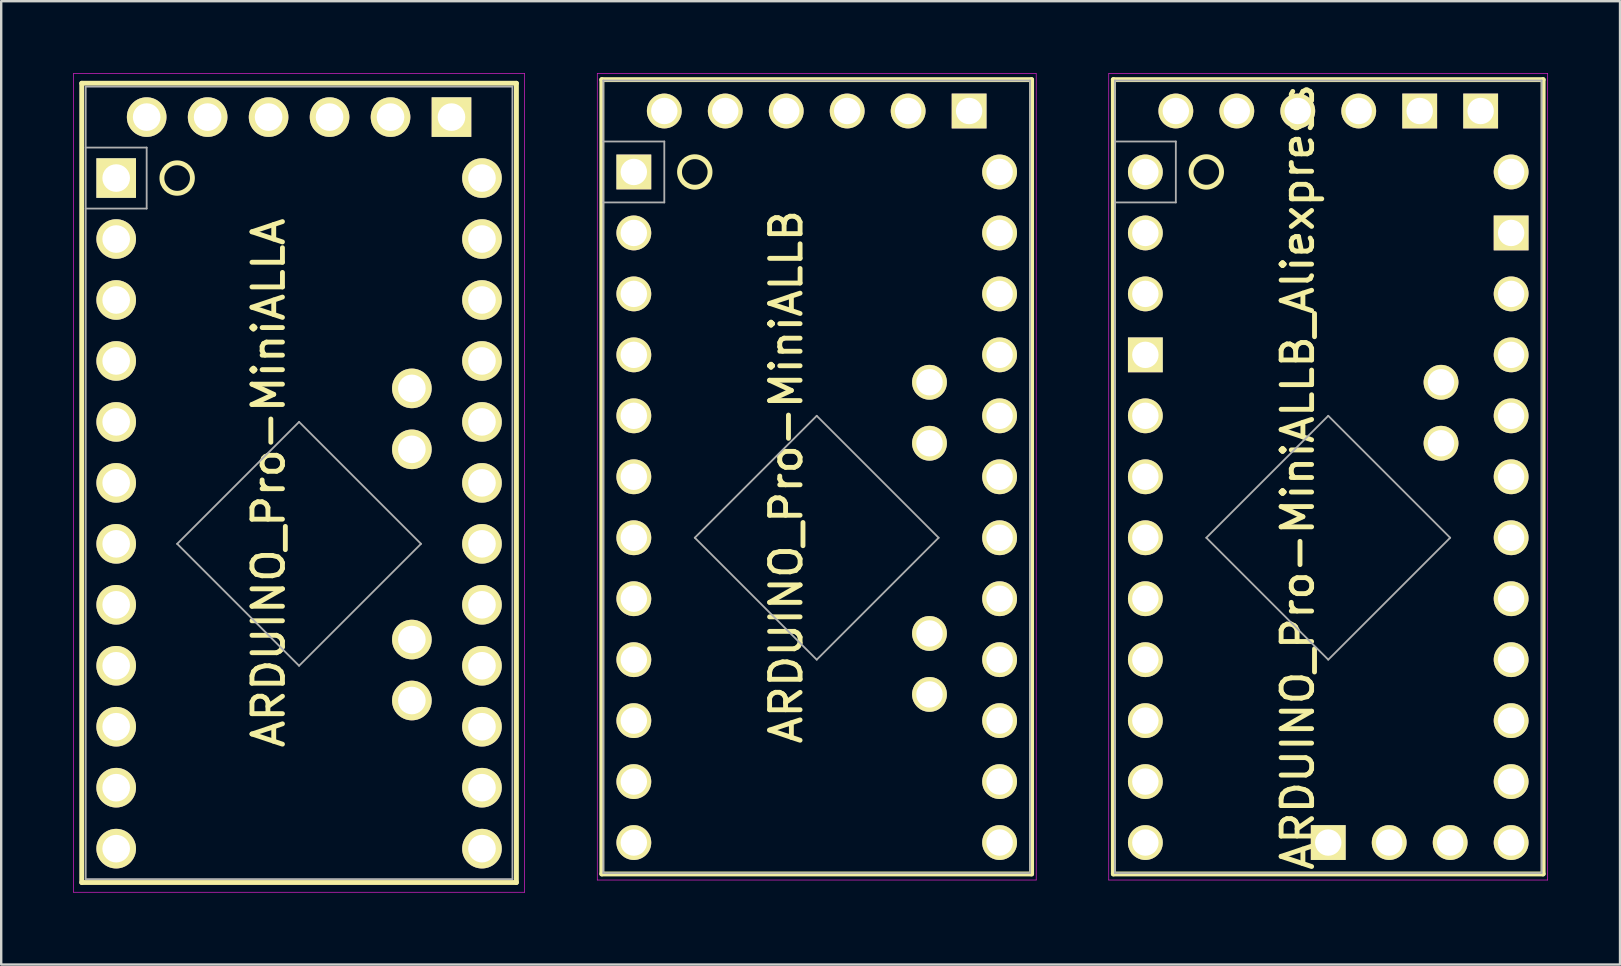
<source format=kicad_pcb>
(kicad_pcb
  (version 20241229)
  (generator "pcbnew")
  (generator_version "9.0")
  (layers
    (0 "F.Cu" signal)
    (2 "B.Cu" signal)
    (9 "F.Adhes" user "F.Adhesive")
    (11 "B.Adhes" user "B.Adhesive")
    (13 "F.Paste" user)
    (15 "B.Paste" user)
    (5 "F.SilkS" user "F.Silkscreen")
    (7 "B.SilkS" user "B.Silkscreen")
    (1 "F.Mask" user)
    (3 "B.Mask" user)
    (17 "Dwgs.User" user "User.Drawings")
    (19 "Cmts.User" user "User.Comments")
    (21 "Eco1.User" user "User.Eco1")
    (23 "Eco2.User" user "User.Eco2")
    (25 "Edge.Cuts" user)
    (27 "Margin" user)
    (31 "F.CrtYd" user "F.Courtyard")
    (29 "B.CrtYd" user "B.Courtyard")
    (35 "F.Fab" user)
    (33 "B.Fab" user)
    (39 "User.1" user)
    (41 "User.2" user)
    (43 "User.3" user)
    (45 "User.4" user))
  (footprint "ARDUINO_Pro-MiniALLB_Aliexpress"
    (layer "F.Cu")
    (at 52.291 16.815)
    (property "Reference" "ARDUINO_Pro-MiniALLB_Aliexpress" (at -1.27 0 90) (layer "F.SilkS") (effects (font (size 1.27 1.27) (thickness 0.203))))
    (attr through_hole)
    (fp_line (start -8.954 -16.548) (end 8.954 -16.548) (stroke (width 0.203) (type solid)) (layer "F.SilkS"))
    (fp_line (start -8.954 16.548) (end -8.954 -16.548) (stroke (width 0.203) (type solid)) (layer "F.SilkS"))
    (fp_line (start 8.954 -16.548) (end 8.954 16.548) (stroke (width 0.203) (type solid)) (layer "F.SilkS"))
    (fp_line (start 8.954 16.548) (end -8.954 16.548) (stroke (width 0.203) (type solid)) (layer "F.SilkS"))
    (fp_circle (center -5.08 -12.7) (end -4.445 -12.7) (stroke (width 0.203) (type solid)) (fill no) (layer "F.SilkS"))
    (fp_line (start -9.144 -16.802) (end 9.144 -16.802) (stroke (width 0.025) (type solid)) (layer "F.CrtYd"))
    (fp_line (start -9.144 16.802) (end -9.144 -16.802) (stroke (width 0.025) (type solid)) (layer "F.CrtYd"))
    (fp_line (start 9.144 -16.802) (end 9.144 16.802) (stroke (width 0.025) (type solid)) (layer "F.CrtYd"))
    (fp_line (start 9.144 16.802) (end -9.144 16.802) (stroke (width 0.025) (type solid)) (layer "F.CrtYd"))
    (fp_line (start -8.89 -16.51) (end 8.89 -16.51) (stroke (width 0.076) (type solid)) (layer "F.Fab"))
    (fp_line (start -8.89 -13.97) (end -6.35 -13.97) (stroke (width 0.076) (type solid)) (layer "F.Fab"))
    (fp_line (start -8.89 16.51) (end -8.89 -16.51) (stroke (width 0.076) (type solid)) (layer "F.Fab"))
    (fp_line (start -6.35 -13.97) (end -6.35 -11.43) (stroke (width 0.076) (type solid)) (layer "F.Fab"))
    (fp_line (start -6.35 -11.43) (end -8.89 -11.43) (stroke (width 0.076) (type solid)) (layer "F.Fab"))
    (fp_line (start -5.08 2.54) (end 0 7.62) (stroke (width 0.076) (type solid)) (layer "F.Fab"))
    (fp_line (start 0 -2.54) (end -5.08 2.54) (stroke (width 0.076) (type solid)) (layer "F.Fab"))
    (fp_line (start 0 7.62) (end 5.08 2.54) (stroke (width 0.076) (type solid)) (layer "F.Fab"))
    (fp_line (start 5.08 2.54) (end 0 -2.54) (stroke (width 0.076) (type solid)) (layer "F.Fab"))
    (fp_line (start 8.89 -16.51) (end 8.89 16.51) (stroke (width 0.076) (type solid)) (layer "F.Fab"))
    (fp_line (start 8.89 16.51) (end -8.89 16.51) (stroke (width 0.076) (type solid)) (layer "F.Fab"))
    (pad "1" thru_hole circle (at -7.62 -12.7) (size 1.45 1.45) (drill 1.1) (layers "*.Cu" "*.Mask" "F.SilkS"))
    (pad "2" thru_hole circle (at -7.62 -10.16) (size 1.45 1.45) (drill 1.1) (layers "*.Cu" "*.Mask" "F.SilkS"))
    (pad "3" thru_hole circle (at -7.62 -7.62) (size 1.45 1.45) (drill 1.1) (layers "*.Cu" "*.Mask" "F.SilkS"))
    (pad "4" thru_hole rect (at -7.62 -5.08) (size 1.45 1.45) (drill 1.1) (layers "*.Cu" "*.Mask" "F.SilkS"))
    (pad "5" thru_hole circle (at -7.62 -2.54) (size 1.45 1.45) (drill 1.1) (layers "*.Cu" "*.Mask" "F.SilkS"))
    (pad "6" thru_hole circle (at -7.62 0) (size 1.45 1.45) (drill 1.1) (layers "*.Cu" "*.Mask" "F.SilkS"))
    (pad "7" thru_hole circle (at -7.62 2.54) (size 1.45 1.45) (drill 1.1) (layers "*.Cu" "*.Mask" "F.SilkS"))
    (pad "8" thru_hole circle (at -7.62 5.08) (size 1.45 1.45) (drill 1.1) (layers "*.Cu" "*.Mask" "F.SilkS"))
    (pad "9" thru_hole circle (at -7.62 7.62) (size 1.45 1.45) (drill 1.1) (layers "*.Cu" "*.Mask" "F.SilkS"))
    (pad "10" thru_hole circle (at -7.62 10.16) (size 1.45 1.45) (drill 1.1) (layers "*.Cu" "*.Mask" "F.SilkS"))
    (pad "11" thru_hole circle (at -7.62 12.7) (size 1.45 1.45) (drill 1.1) (layers "*.Cu" "*.Mask" "F.SilkS"))
    (pad "12" thru_hole circle (at -7.62 15.24) (size 1.45 1.45) (drill 1.1) (layers "*.Cu" "*.Mask" "F.SilkS"))
    (pad "13" thru_hole circle (at 7.62 15.24) (size 1.45 1.45) (drill 1.1) (layers "*.Cu" "*.Mask" "F.SilkS"))
    (pad "14" thru_hole circle (at 7.62 12.7) (size 1.45 1.45) (drill 1.1) (layers "*.Cu" "*.Mask" "F.SilkS"))
    (pad "15" thru_hole circle (at 7.62 10.16) (size 1.45 1.45) (drill 1.1) (layers "*.Cu" "*.Mask" "F.SilkS"))
    (pad "16" thru_hole circle (at 7.62 7.62) (size 1.45 1.45) (drill 1.1) (layers "*.Cu" "*.Mask" "F.SilkS"))
    (pad "17" thru_hole circle (at 7.62 5.08) (size 1.45 1.45) (drill 1.1) (layers "*.Cu" "*.Mask" "F.SilkS"))
    (pad "18" thru_hole circle (at 7.62 2.54) (size 1.45 1.45) (drill 1.1) (layers "*.Cu" "*.Mask" "F.SilkS"))
    (pad "19" thru_hole circle (at 7.62 0) (size 1.45 1.45) (drill 1.1) (layers "*.Cu" "*.Mask" "F.SilkS"))
    (pad "20" thru_hole circle (at 7.62 -2.54) (size 1.45 1.45) (drill 1.1) (layers "*.Cu" "*.Mask" "F.SilkS"))
    (pad "21" thru_hole circle (at 7.62 -5.08) (size 1.45 1.45) (drill 1.1) (layers "*.Cu" "*.Mask" "F.SilkS"))
    (pad "22" thru_hole circle (at 7.62 -7.62) (size 1.45 1.45) (drill 1.1) (layers "*.Cu" "*.Mask" "F.SilkS"))
    (pad "23" thru_hole rect (at 7.62 -10.16) (size 1.45 1.45) (drill 1.1) (layers "*.Cu" "*.Mask" "F.SilkS"))
    (pad "24" thru_hole circle (at 7.62 -12.7) (size 1.45 1.45) (drill 1.1) (layers "*.Cu" "*.Mask" "F.SilkS"))
    (pad "25" thru_hole rect (at 0 15.24) (size 1.45 1.45) (drill 1.1) (layers "*.Cu" "*.Mask" "F.SilkS"))
    (pad "A4" thru_hole circle (at 4.699 -1.397) (size 1.45 1.45) (drill 1.1) (layers "*.Cu" "*.Mask" "F.SilkS"))
    (pad "A5" thru_hole circle (at 4.699 -3.937) (size 1.45 1.45) (drill 1.1) (layers "*.Cu" "*.Mask" "F.SilkS"))
    (pad "A6" thru_hole circle (at 2.54 15.24) (size 1.45 1.45) (drill 1.1) (layers "*.Cu" "*.Mask" "F.SilkS"))
    (pad "A7" thru_hole circle (at 5.08 15.24) (size 1.45 1.45) (drill 1.1) (layers "*.Cu" "*.Mask" "F.SilkS"))
    (pad "PRG1" thru_hole circle (at -6.35 -15.24) (size 1.45 1.45) (drill 1.1) (layers "*.Cu" "*.Mask" "F.SilkS"))
    (pad "PRG2" thru_hole circle (at -3.81 -15.24) (size 1.45 1.45) (drill 1.1) (layers "*.Cu" "*.Mask" "F.SilkS"))
    (pad "PRG3" thru_hole circle (at -1.27 -15.24) (size 1.45 1.45) (drill 1.1) (layers "*.Cu" "*.Mask" "F.SilkS"))
    (pad "PRG4" thru_hole circle (at 1.27 -15.24) (size 1.45 1.45) (drill 1.1) (layers "*.Cu" "*.Mask" "F.SilkS"))
    (pad "PRG5" thru_hole rect (at 3.81 -15.24) (size 1.45 1.45) (drill 1.1) (layers "*.Cu" "*.Mask" "F.SilkS"))
    (pad "PRG6" thru_hole rect (at 6.35 -15.24) (size 1.45 1.45) (drill 1.1) (layers "*.Cu" "*.Mask" "F.SilkS")))
  (footprint "ARDUINO_Pro-MiniALLA"
    (layer "F.Cu")
    (at 9.411 17.069)
    (property "Reference" "ARDUINO_Pro-MiniALLA" (at -1.27 0 90) (layer "F.SilkS") (effects (font (size 1.27 1.27) (thickness 0.203))))
    (attr through_hole)
    (fp_line (start -9.055 -16.65) (end 9.055 -16.65) (stroke (width 0.203) (type solid)) (layer "F.SilkS"))
    (fp_line (start -9.055 16.65) (end -9.055 -16.65) (stroke (width 0.203) (type solid)) (layer "F.SilkS"))
    (fp_line (start 9.055 -16.65) (end 9.055 16.65) (stroke (width 0.203) (type solid)) (layer "F.SilkS"))
    (fp_line (start 9.055 16.65) (end -9.055 16.65) (stroke (width 0.203) (type solid)) (layer "F.SilkS"))
    (fp_circle (center -5.08 -12.7) (end -4.445 -12.7) (stroke (width 0.203) (type solid)) (fill no) (layer "F.SilkS"))
    (fp_line (start -9.398 -17.056) (end 9.398 -17.056) (stroke (width 0.025) (type solid)) (layer "F.CrtYd"))
    (fp_line (start -9.398 17.056) (end -9.398 -17.056) (stroke (width 0.025) (type solid)) (layer "F.CrtYd"))
    (fp_line (start 9.398 -17.056) (end 9.398 17.056) (stroke (width 0.025) (type solid)) (layer "F.CrtYd"))
    (fp_line (start 9.398 17.056) (end -9.398 17.056) (stroke (width 0.025) (type solid)) (layer "F.CrtYd"))
    (fp_line (start -8.89 -16.51) (end 8.89 -16.51) (stroke (width 0.076) (type solid)) (layer "F.Fab"))
    (fp_line (start -8.89 -13.97) (end -6.35 -13.97) (stroke (width 0.076) (type solid)) (layer "F.Fab"))
    (fp_line (start -8.89 16.51) (end -8.89 -16.51) (stroke (width 0.076) (type solid)) (layer "F.Fab"))
    (fp_line (start -6.35 -13.97) (end -6.35 -11.43) (stroke (width 0.076) (type solid)) (layer "F.Fab"))
    (fp_line (start -6.35 -11.43) (end -8.89 -11.43) (stroke (width 0.076) (type solid)) (layer "F.Fab"))
    (fp_line (start -5.08 2.54) (end 0 7.62) (stroke (width 0.076) (type solid)) (layer "F.Fab"))
    (fp_line (start 0 -2.54) (end -5.08 2.54) (stroke (width 0.076) (type solid)) (layer "F.Fab"))
    (fp_line (start 0 7.62) (end 5.08 2.54) (stroke (width 0.076) (type solid)) (layer "F.Fab"))
    (fp_line (start 5.08 2.54) (end 0 -2.54) (stroke (width 0.076) (type solid)) (layer "F.Fab"))
    (fp_line (start 8.89 -16.51) (end 8.89 16.51) (stroke (width 0.076) (type solid)) (layer "F.Fab"))
    (fp_line (start 8.89 16.51) (end -8.89 16.51) (stroke (width 0.076) (type solid)) (layer "F.Fab"))
    (pad "1" thru_hole rect (at -7.62 -12.7) (size 1.65 1.65) (drill 1.15) (layers "*.Cu" "*.Mask" "F.SilkS"))
    (pad "2" thru_hole circle (at -7.62 -10.16) (size 1.65 1.65) (drill 1.15) (layers "*.Cu" "*.Mask" "F.SilkS"))
    (pad "3" thru_hole circle (at -7.62 -7.62) (size 1.65 1.65) (drill 1.15) (layers "*.Cu" "*.Mask" "F.SilkS"))
    (pad "4" thru_hole circle (at -7.62 -5.08) (size 1.65 1.65) (drill 1.15) (layers "*.Cu" "*.Mask" "F.SilkS"))
    (pad "5" thru_hole circle (at -7.62 -2.54) (size 1.65 1.65) (drill 1.15) (layers "*.Cu" "*.Mask" "F.SilkS"))
    (pad "6" thru_hole circle (at -7.62 0) (size 1.65 1.65) (drill 1.15) (layers "*.Cu" "*.Mask" "F.SilkS"))
    (pad "7" thru_hole circle (at -7.62 2.54) (size 1.65 1.65) (drill 1.15) (layers "*.Cu" "*.Mask" "F.SilkS"))
    (pad "8" thru_hole circle (at -7.62 5.08) (size 1.65 1.65) (drill 1.15) (layers "*.Cu" "*.Mask" "F.SilkS"))
    (pad "9" thru_hole circle (at -7.62 7.62) (size 1.65 1.65) (drill 1.15) (layers "*.Cu" "*.Mask" "F.SilkS"))
    (pad "10" thru_hole circle (at -7.62 10.16) (size 1.65 1.65) (drill 1.15) (layers "*.Cu" "*.Mask" "F.SilkS"))
    (pad "11" thru_hole circle (at -7.62 12.7) (size 1.65 1.65) (drill 1.15) (layers "*.Cu" "*.Mask" "F.SilkS"))
    (pad "12" thru_hole circle (at -7.62 15.24) (size 1.65 1.65) (drill 1.15) (layers "*.Cu" "*.Mask" "F.SilkS"))
    (pad "13" thru_hole circle (at 7.62 15.24) (size 1.65 1.65) (drill 1.15) (layers "*.Cu" "*.Mask" "F.SilkS"))
    (pad "14" thru_hole circle (at 7.62 12.7) (size 1.65 1.65) (drill 1.15) (layers "*.Cu" "*.Mask" "F.SilkS"))
    (pad "15" thru_hole circle (at 7.62 10.16) (size 1.65 1.65) (drill 1.15) (layers "*.Cu" "*.Mask" "F.SilkS"))
    (pad "16" thru_hole circle (at 7.62 7.62) (size 1.65 1.65) (drill 1.15) (layers "*.Cu" "*.Mask" "F.SilkS"))
    (pad "17" thru_hole circle (at 7.62 5.08) (size 1.65 1.65) (drill 1.15) (layers "*.Cu" "*.Mask" "F.SilkS"))
    (pad "18" thru_hole circle (at 7.62 2.54) (size 1.65 1.65) (drill 1.15) (layers "*.Cu" "*.Mask" "F.SilkS"))
    (pad "19" thru_hole circle (at 7.62 0) (size 1.65 1.65) (drill 1.15) (layers "*.Cu" "*.Mask" "F.SilkS"))
    (pad "20" thru_hole circle (at 7.62 -2.54) (size 1.65 1.65) (drill 1.15) (layers "*.Cu" "*.Mask" "F.SilkS"))
    (pad "21" thru_hole circle (at 7.62 -5.08) (size 1.65 1.65) (drill 1.15) (layers "*.Cu" "*.Mask" "F.SilkS"))
    (pad "22" thru_hole circle (at 7.62 -7.62) (size 1.65 1.65) (drill 1.15) (layers "*.Cu" "*.Mask" "F.SilkS"))
    (pad "23" thru_hole circle (at 7.62 -10.16) (size 1.65 1.65) (drill 1.15) (layers "*.Cu" "*.Mask" "F.SilkS"))
    (pad "24" thru_hole circle (at 7.62 -12.7) (size 1.65 1.65) (drill 1.15) (layers "*.Cu" "*.Mask" "F.SilkS"))
    (pad "A4" thru_hole circle (at 4.699 -1.397) (size 1.65 1.65) (drill 1.15) (layers "*.Cu" "*.Mask" "F.SilkS"))
    (pad "A5" thru_hole circle (at 4.699 -3.937) (size 1.65 1.65) (drill 1.15) (layers "*.Cu" "*.Mask" "F.SilkS"))
    (pad "A6" thru_hole circle (at 4.699 9.068) (size 1.65 1.65) (drill 1.15) (layers "*.Cu" "*.Mask" "F.SilkS"))
    (pad "A7" thru_hole circle (at 4.699 6.528) (size 1.65 1.65) (drill 1.15) (layers "*.Cu" "*.Mask" "F.SilkS"))
    (pad "PRG1" thru_hole rect (at 6.35 -15.24) (size 1.65 1.65) (drill 1.15) (layers "*.Cu" "*.Mask" "F.SilkS"))
    (pad "PRG2" thru_hole circle (at 3.81 -15.24) (size 1.65 1.65) (drill 1.15) (layers "*.Cu" "*.Mask" "F.SilkS"))
    (pad "PRG3" thru_hole circle (at 1.27 -15.24) (size 1.65 1.65) (drill 1.15) (layers "*.Cu" "*.Mask" "F.SilkS"))
    (pad "PRG4" thru_hole circle (at -1.27 -15.24) (size 1.65 1.65) (drill 1.15) (layers "*.Cu" "*.Mask" "F.SilkS"))
    (pad "PRG5" thru_hole circle (at -3.81 -15.24) (size 1.65 1.65) (drill 1.15) (layers "*.Cu" "*.Mask" "F.SilkS"))
    (pad "PRG6" thru_hole circle (at -6.35 -15.24) (size 1.65 1.65) (drill 1.15) (layers "*.Cu" "*.Mask" "F.SilkS")))
  (footprint "ARDUINO_Pro-MiniALLB"
    (layer "F.Cu")
    (at 30.978 16.815)
    (property "Reference" "ARDUINO_Pro-MiniALLB" (at -1.27 0 90) (layer "F.SilkS") (effects (font (size 1.27 1.27) (thickness 0.203))))
    (attr through_hole)
    (fp_line (start -8.954 -16.548) (end 8.954 -16.548) (stroke (width 0.203) (type solid)) (layer "F.SilkS"))
    (fp_line (start -8.954 16.548) (end -8.954 -16.548) (stroke (width 0.203) (type solid)) (layer "F.SilkS"))
    (fp_line (start 8.954 -16.548) (end 8.954 16.548) (stroke (width 0.203) (type solid)) (layer "F.SilkS"))
    (fp_line (start 8.954 16.548) (end -8.954 16.548) (stroke (width 0.203) (type solid)) (layer "F.SilkS"))
    (fp_circle (center -5.08 -12.7) (end -4.445 -12.7) (stroke (width 0.203) (type solid)) (fill no) (layer "F.SilkS"))
    (fp_line (start -9.144 -16.802) (end 9.144 -16.802) (stroke (width 0.025) (type solid)) (layer "F.CrtYd"))
    (fp_line (start -9.144 16.802) (end -9.144 -16.802) (stroke (width 0.025) (type solid)) (layer "F.CrtYd"))
    (fp_line (start 9.144 -16.802) (end 9.144 16.802) (stroke (width 0.025) (type solid)) (layer "F.CrtYd"))
    (fp_line (start 9.144 16.802) (end -9.144 16.802) (stroke (width 0.025) (type solid)) (layer "F.CrtYd"))
    (fp_line (start -8.89 -16.51) (end 8.89 -16.51) (stroke (width 0.076) (type solid)) (layer "F.Fab"))
    (fp_line (start -8.89 -13.97) (end -6.35 -13.97) (stroke (width 0.076) (type solid)) (layer "F.Fab"))
    (fp_line (start -8.89 16.51) (end -8.89 -16.51) (stroke (width 0.076) (type solid)) (layer "F.Fab"))
    (fp_line (start -6.35 -13.97) (end -6.35 -11.43) (stroke (width 0.076) (type solid)) (layer "F.Fab"))
    (fp_line (start -6.35 -11.43) (end -8.89 -11.43) (stroke (width 0.076) (type solid)) (layer "F.Fab"))
    (fp_line (start -5.08 2.54) (end 0 7.62) (stroke (width 0.076) (type solid)) (layer "F.Fab"))
    (fp_line (start 0 -2.54) (end -5.08 2.54) (stroke (width 0.076) (type solid)) (layer "F.Fab"))
    (fp_line (start 0 7.62) (end 5.08 2.54) (stroke (width 0.076) (type solid)) (layer "F.Fab"))
    (fp_line (start 5.08 2.54) (end 0 -2.54) (stroke (width 0.076) (type solid)) (layer "F.Fab"))
    (fp_line (start 8.89 -16.51) (end 8.89 16.51) (stroke (width 0.076) (type solid)) (layer "F.Fab"))
    (fp_line (start 8.89 16.51) (end -8.89 16.51) (stroke (width 0.076) (type solid)) (layer "F.Fab"))
    (pad "1" thru_hole rect (at -7.62 -12.7) (size 1.45 1.45) (drill 1.1) (layers "*.Cu" "*.Mask" "F.SilkS"))
    (pad "2" thru_hole circle (at -7.62 -10.16) (size 1.45 1.45) (drill 1.1) (layers "*.Cu" "*.Mask" "F.SilkS"))
    (pad "3" thru_hole circle (at -7.62 -7.62) (size 1.45 1.45) (drill 1.1) (layers "*.Cu" "*.Mask" "F.SilkS"))
    (pad "4" thru_hole circle (at -7.62 -5.08) (size 1.45 1.45) (drill 1.1) (layers "*.Cu" "*.Mask" "F.SilkS"))
    (pad "5" thru_hole circle (at -7.62 -2.54) (size 1.45 1.45) (drill 1.1) (layers "*.Cu" "*.Mask" "F.SilkS"))
    (pad "6" thru_hole circle (at -7.62 0) (size 1.45 1.45) (drill 1.1) (layers "*.Cu" "*.Mask" "F.SilkS"))
    (pad "7" thru_hole circle (at -7.62 2.54) (size 1.45 1.45) (drill 1.1) (layers "*.Cu" "*.Mask" "F.SilkS"))
    (pad "8" thru_hole circle (at -7.62 5.08) (size 1.45 1.45) (drill 1.1) (layers "*.Cu" "*.Mask" "F.SilkS"))
    (pad "9" thru_hole circle (at -7.62 7.62) (size 1.45 1.45) (drill 1.1) (layers "*.Cu" "*.Mask" "F.SilkS"))
    (pad "10" thru_hole circle (at -7.62 10.16) (size 1.45 1.45) (drill 1.1) (layers "*.Cu" "*.Mask" "F.SilkS"))
    (pad "11" thru_hole circle (at -7.62 12.7) (size 1.45 1.45) (drill 1.1) (layers "*.Cu" "*.Mask" "F.SilkS"))
    (pad "12" thru_hole circle (at -7.62 15.24) (size 1.45 1.45) (drill 1.1) (layers "*.Cu" "*.Mask" "F.SilkS"))
    (pad "13" thru_hole circle (at 7.62 15.24) (size 1.45 1.45) (drill 1.1) (layers "*.Cu" "*.Mask" "F.SilkS"))
    (pad "14" thru_hole circle (at 7.62 12.7) (size 1.45 1.45) (drill 1.1) (layers "*.Cu" "*.Mask" "F.SilkS"))
    (pad "15" thru_hole circle (at 7.62 10.16) (size 1.45 1.45) (drill 1.1) (layers "*.Cu" "*.Mask" "F.SilkS"))
    (pad "16" thru_hole circle (at 7.62 7.62) (size 1.45 1.45) (drill 1.1) (layers "*.Cu" "*.Mask" "F.SilkS"))
    (pad "17" thru_hole circle (at 7.62 5.08) (size 1.45 1.45) (drill 1.1) (layers "*.Cu" "*.Mask" "F.SilkS"))
    (pad "18" thru_hole circle (at 7.62 2.54) (size 1.45 1.45) (drill 1.1) (layers "*.Cu" "*.Mask" "F.SilkS"))
    (pad "19" thru_hole circle (at 7.62 0) (size 1.45 1.45) (drill 1.1) (layers "*.Cu" "*.Mask" "F.SilkS"))
    (pad "20" thru_hole circle (at 7.62 -2.54) (size 1.45 1.45) (drill 1.1) (layers "*.Cu" "*.Mask" "F.SilkS"))
    (pad "21" thru_hole circle (at 7.62 -5.08) (size 1.45 1.45) (drill 1.1) (layers "*.Cu" "*.Mask" "F.SilkS"))
    (pad "22" thru_hole circle (at 7.62 -7.62) (size 1.45 1.45) (drill 1.1) (layers "*.Cu" "*.Mask" "F.SilkS"))
    (pad "23" thru_hole circle (at 7.62 -10.16) (size 1.45 1.45) (drill 1.1) (layers "*.Cu" "*.Mask" "F.SilkS"))
    (pad "24" thru_hole circle (at 7.62 -12.7) (size 1.45 1.45) (drill 1.1) (layers "*.Cu" "*.Mask" "F.SilkS"))
    (pad "A4" thru_hole circle (at 4.699 -1.397) (size 1.45 1.45) (drill 1.1) (layers "*.Cu" "*.Mask" "F.SilkS"))
    (pad "A5" thru_hole circle (at 4.699 -3.937) (size 1.45 1.45) (drill 1.1) (layers "*.Cu" "*.Mask" "F.SilkS"))
    (pad "A6" thru_hole circle (at 4.699 9.068) (size 1.45 1.45) (drill 1.1) (layers "*.Cu" "*.Mask" "F.SilkS"))
    (pad "A7" thru_hole circle (at 4.699 6.528) (size 1.45 1.45) (drill 1.1) (layers "*.Cu" "*.Mask" "F.SilkS"))
    (pad "PRG1" thru_hole rect (at 6.35 -15.24) (size 1.45 1.45) (drill 1.1) (layers "*.Cu" "*.Mask" "F.SilkS"))
    (pad "PRG2" thru_hole circle (at 3.81 -15.24) (size 1.45 1.45) (drill 1.1) (layers "*.Cu" "*.Mask" "F.SilkS"))
    (pad "PRG3" thru_hole circle (at 1.27 -15.24) (size 1.45 1.45) (drill 1.1) (layers "*.Cu" "*.Mask" "F.SilkS"))
    (pad "PRG4" thru_hole circle (at -1.27 -15.24) (size 1.45 1.45) (drill 1.1) (layers "*.Cu" "*.Mask" "F.SilkS"))
    (pad "PRG5" thru_hole circle (at -3.81 -15.24) (size 1.45 1.45) (drill 1.1) (layers "*.Cu" "*.Mask" "F.SilkS"))
    (pad "PRG6" thru_hole circle (at -6.35 -15.24) (size 1.45 1.45) (drill 1.1) (layers "*.Cu" "*.Mask" "F.SilkS")))
  (gr_rect
    (start -3 -3)
    (end 64.448 37.138)
    (stroke (width 0.1) (type default))
    (fill no)
    (layer "Edge.Cuts")))
</source>
